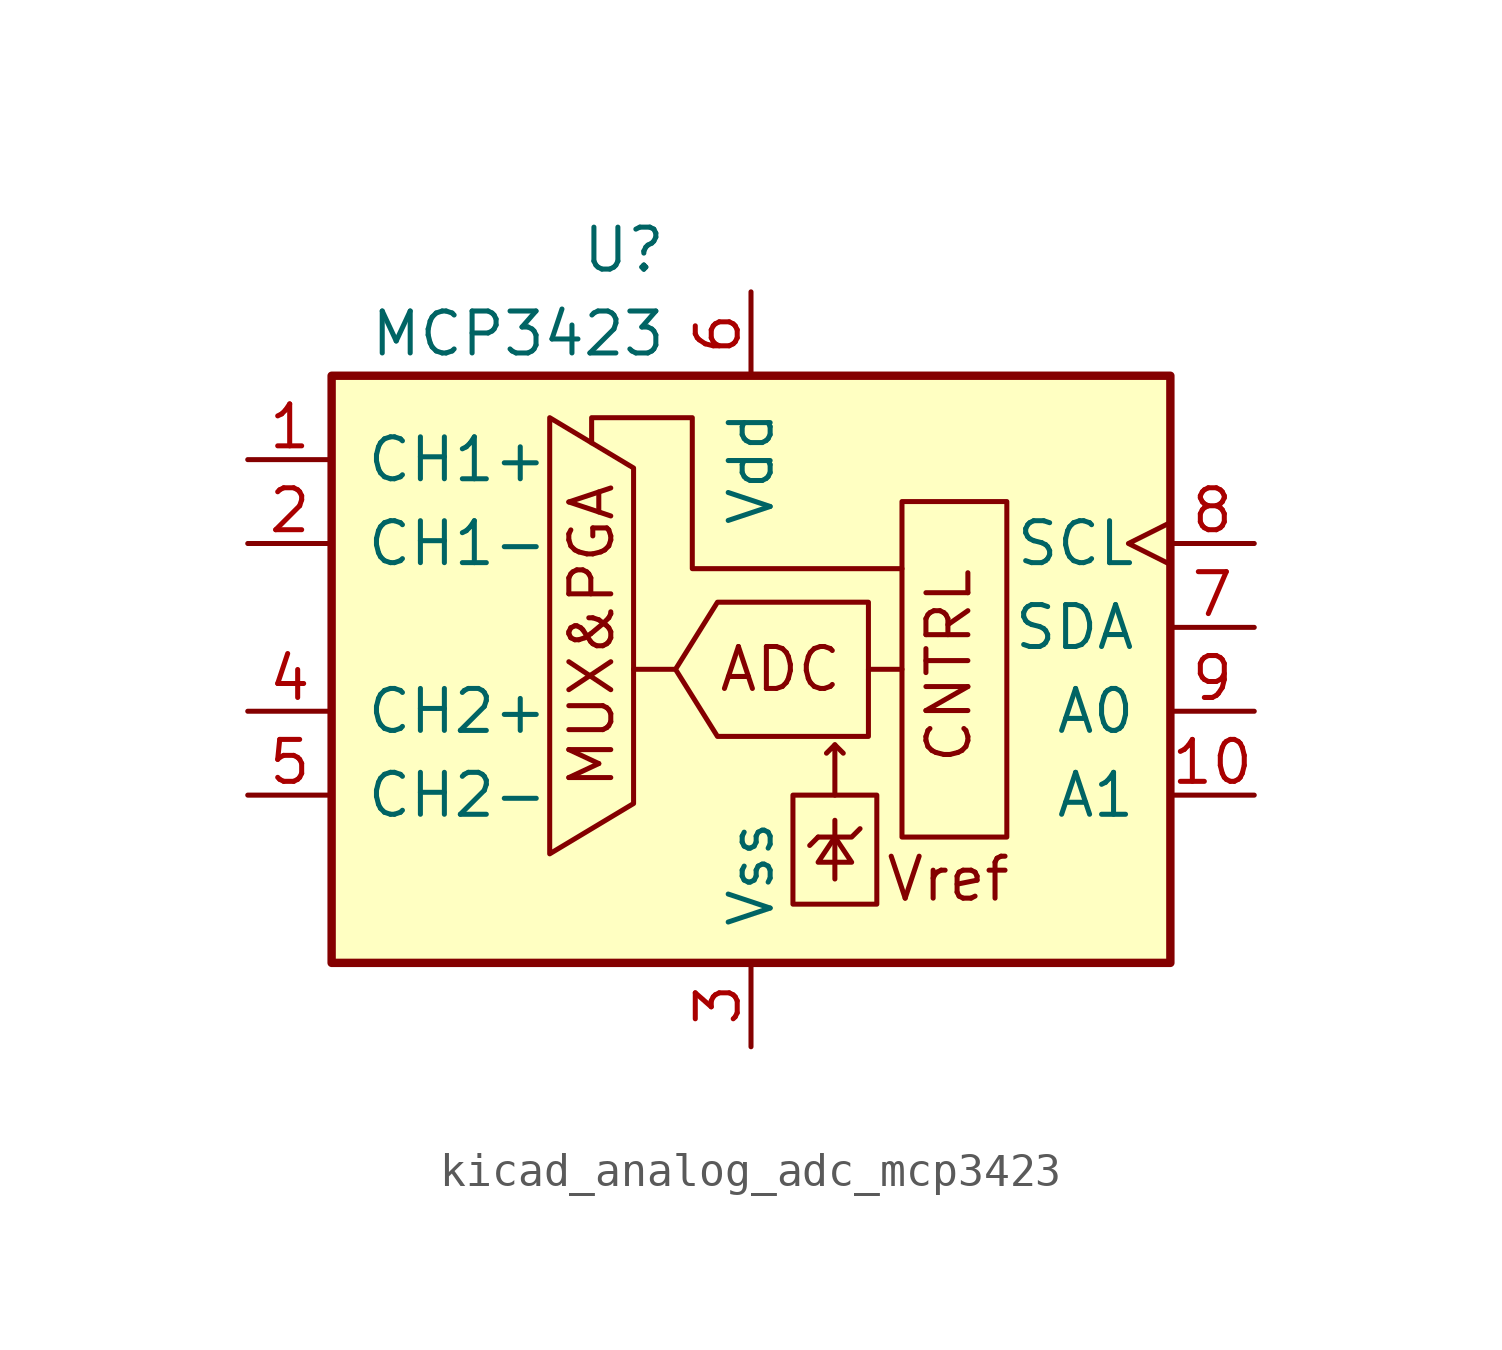
<source format=kicad_sym>
(kicad_symbol_lib
  (version 20220914)
  (generator kicad_symbol_editor)
  (symbol "kicad_analog_adc_mcp3423"
    (pin_names
      (offset 1.016))
    (property "Reference" "U"
      (at -2.54 11.43 0)
      (effects (font (size 1.27 1.27)) (justify right)))
    (property "Value" "MCP3423"
      (at -2.54 8.89 0)
      (effects (font (size 1.27 1.27)) (justify right)))
    (symbol "kicad_analog_adc_mcp3423_0_0"
      (polyline (pts (xy -6.096 6.35) (xy -3.556 4.826) (xy -3.556 -5.334) (xy -6.096 -6.858) (xy -6.096 6.35)) (stroke (width 0) (type default)) (fill (type none)))
      (polyline (pts (xy 4.572 1.778) (xy -1.778 1.778) (xy -1.778 6.35) (xy -4.826 6.35) (xy -4.826 5.588)) (stroke (width 0) (type default)) (fill (type none)))
      (polyline (pts (xy 3.556 0.762) (xy 3.556 -3.302) (xy -1.016 -3.302) (xy -2.286 -1.27) (xy -1.016 0.762) (xy 3.556 0.762)) (stroke (width 0) (type default)) (fill (type none)))
      (text "ADC" (at 0.889 -1.27 0) (effects (font (size 1.27 1.27))))
      (text "CNTRL" (at 6.731 -4.191 900) (effects (font (size 1.27 1.27)) (justify left bottom)))
      (text "MUX&PGA" (at -4.826 -0.254 900) (effects (font (size 1.27 1.27))))
      (text "Vref" (at 5.969 -7.62 0) (effects (font (size 1.27 1.27)))))
    (symbol "kicad_analog_adc_mcp3423_0_1"
      (polyline (pts (xy -3.556 -1.27) (xy -2.286 -1.27)) (stroke (width 0) (type default)) (fill (type none)))
      (polyline (pts (xy 2.032 -6.35) (xy 1.778 -6.604)) (stroke (width 0) (type default)) (fill (type none)))
      (polyline (pts (xy 2.54 -5.842) (xy 2.54 -7.62)) (stroke (width 0) (type default)) (fill (type none)))
      (polyline (pts (xy 2.54 -3.556) (xy 2.794 -3.81)) (stroke (width 0) (type default)) (fill (type none)))
      (polyline (pts (xy 3.556 -1.27) (xy 4.572 -1.27)) (stroke (width 0) (type default)) (fill (type none)))
      (polyline (pts (xy 2.032 -6.35) (xy 3.048 -6.35) (xy 3.302 -6.096)) (stroke (width 0) (type default)) (fill (type none)))
      (polyline (pts (xy 2.54 -5.08) (xy 2.54 -3.556) (xy 2.286 -3.81)) (stroke (width 0) (type default)) (fill (type none)))
      (polyline (pts (xy 2.54 -6.35) (xy 2.032 -7.112) (xy 3.048 -7.112) (xy 2.54 -6.35)) (stroke (width 0) (type default)) (fill (type none)))
      (rectangle (start 1.27 -5.08) (end 3.81 -8.382) (stroke (width 0) (type default)) (fill (type none)))
      (rectangle (start 4.572 -6.35) (end 7.747 3.81) (stroke (width 0) (type default)) (fill (type none)))
      (rectangle (start 12.7 7.62) (end -12.7 -10.16) (stroke (width 0.254) (type default)) (fill (type background))))
    (symbol "kicad_analog_adc_mcp3423_1_1"
      (pin input line (at -15.24 5.08 0) (length 2.54) (name "CH1+" (effects (font (size 1.27 1.27)))) (number "1" (effects (font (size 1.27 1.27)))))
      (pin input line (at 15.24 -5.08 180) (length 2.54) (name "A1" (effects (font (size 1.27 1.27)))) (number "10" (effects (font (size 1.27 1.27)))))
      (pin input line (at -15.24 2.54 0) (length 2.54) (name "CH1-" (effects (font (size 1.27 1.27)))) (number "2" (effects (font (size 1.27 1.27)))))
      (pin power_in line (at 0 -12.7 90) (length 2.54) (name "Vss" (effects (font (size 1.27 1.27)))) (number "3" (effects (font (size 1.27 1.27)))))
      (pin input line (at -15.24 -2.54 0) (length 2.54) (name "CH2+" (effects (font (size 1.27 1.27)))) (number "4" (effects (font (size 1.27 1.27)))))
      (pin input line (at -15.24 -5.08 0) (length 2.54) (name "CH2-" (effects (font (size 1.27 1.27)))) (number "5" (effects (font (size 1.27 1.27)))))
      (pin power_in line (at 0 10.16 270) (length 2.54) (name "Vdd" (effects (font (size 1.27 1.27)))) (number "6" (effects (font (size 1.27 1.27)))))
      (pin bidirectional line (at 15.24 0 180) (length 2.54) (name "SDA" (effects (font (size 1.27 1.27)))) (number "7" (effects (font (size 1.27 1.27)))))
      (pin input clock (at 15.24 2.54 180) (length 2.54) (name "SCL" (effects (font (size 1.27 1.27)))) (number "8" (effects (font (size 1.27 1.27)))))
      (pin input line (at 15.24 -2.54 180) (length 2.54) (name "A0" (effects (font (size 1.27 1.27)))) (number "9" (effects (font (size 1.27 1.27))))))))
</source>
